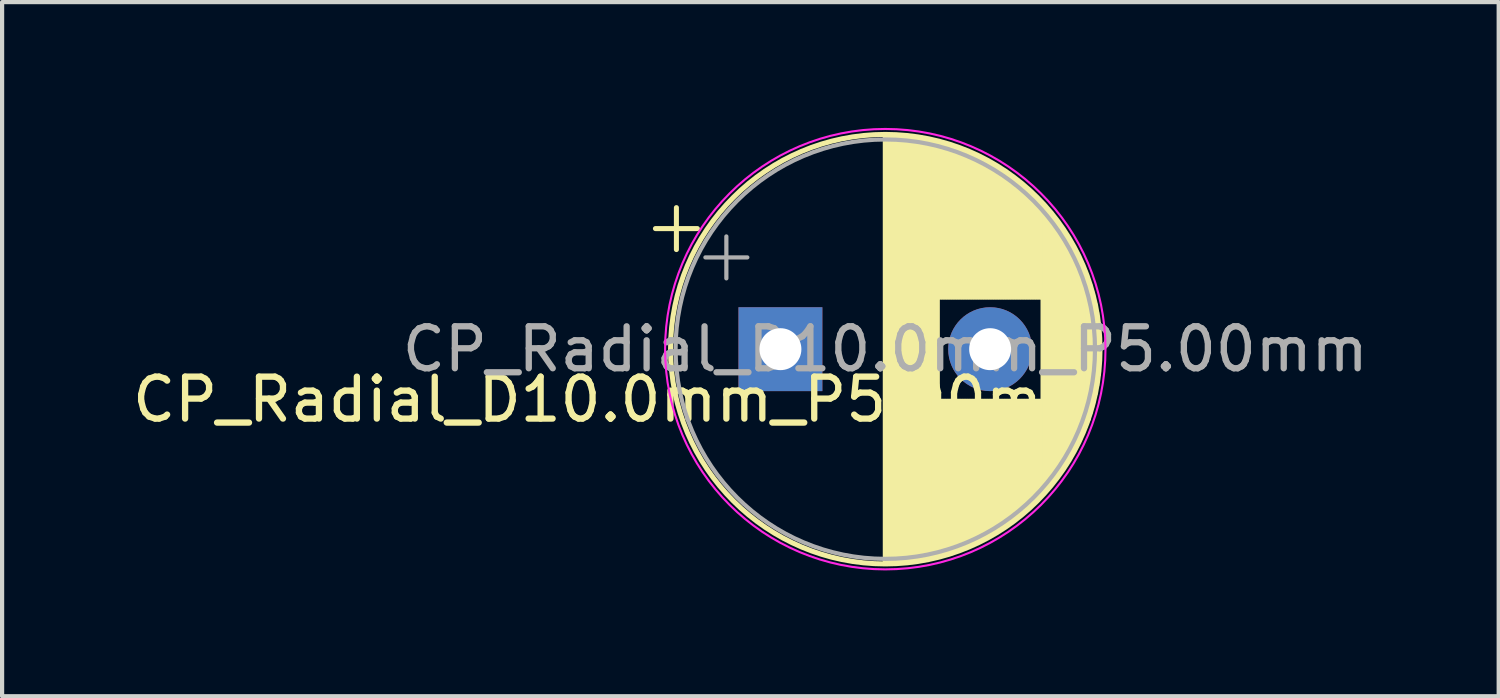
<source format=kicad_pcb>
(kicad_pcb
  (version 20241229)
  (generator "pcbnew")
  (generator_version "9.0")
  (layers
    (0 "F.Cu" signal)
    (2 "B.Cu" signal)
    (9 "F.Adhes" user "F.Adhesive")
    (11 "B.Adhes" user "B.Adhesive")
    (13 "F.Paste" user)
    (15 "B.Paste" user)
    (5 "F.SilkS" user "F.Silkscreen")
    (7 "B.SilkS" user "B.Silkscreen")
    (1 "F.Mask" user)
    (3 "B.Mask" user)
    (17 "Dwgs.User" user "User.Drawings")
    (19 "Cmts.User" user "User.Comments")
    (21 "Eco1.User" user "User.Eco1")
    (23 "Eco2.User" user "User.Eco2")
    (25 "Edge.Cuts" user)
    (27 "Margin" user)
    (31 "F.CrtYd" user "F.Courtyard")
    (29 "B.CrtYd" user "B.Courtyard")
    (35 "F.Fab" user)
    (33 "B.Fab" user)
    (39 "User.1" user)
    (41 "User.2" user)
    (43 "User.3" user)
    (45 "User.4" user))
  (footprint "CP_Radial_D10.0mm_P5.00mm"
    (layer "F.Cu")
    (at 15.557 5.275)
    (property "Reference" "CP_Radial_D10.0mm_P5.00mm" (at -3.932 1.2 180) (layer "F.SilkS") (effects (font (size 1 1) (thickness 0.15))))
    (attr through_hole)
    (fp_line (start -2.98 -2.875) (end -1.98 -2.875) (stroke (width 0.12) (type solid)) (layer "F.SilkS"))
    (fp_line (start -2.48 -3.375) (end -2.48 -2.375) (stroke (width 0.12) (type solid)) (layer "F.SilkS"))
    (fp_line (start 2.5 -5.08) (end 2.5 5.08) (stroke (width 0.12) (type solid)) (layer "F.SilkS"))
    (fp_line (start 2.54 -5.08) (end 2.54 5.08) (stroke (width 0.12) (type solid)) (layer "F.SilkS"))
    (fp_line (start 2.58 -5.08) (end 2.58 5.08) (stroke (width 0.12) (type solid)) (layer "F.SilkS"))
    (fp_line (start 2.62 -5.079) (end 2.62 5.079) (stroke (width 0.12) (type solid)) (layer "F.SilkS"))
    (fp_line (start 2.66 -5.078) (end 2.66 5.078) (stroke (width 0.12) (type solid)) (layer "F.SilkS"))
    (fp_line (start 2.7 -5.077) (end 2.7 5.077) (stroke (width 0.12) (type solid)) (layer "F.SilkS"))
    (fp_line (start 2.74 -5.075) (end 2.74 5.075) (stroke (width 0.12) (type solid)) (layer "F.SilkS"))
    (fp_line (start 2.78 -5.073) (end 2.78 5.073) (stroke (width 0.12) (type solid)) (layer "F.SilkS"))
    (fp_line (start 2.82 -5.07) (end 2.82 5.07) (stroke (width 0.12) (type solid)) (layer "F.SilkS"))
    (fp_line (start 2.86 -5.068) (end 2.86 5.068) (stroke (width 0.12) (type solid)) (layer "F.SilkS"))
    (fp_line (start 2.9 -5.065) (end 2.9 5.065) (stroke (width 0.12) (type solid)) (layer "F.SilkS"))
    (fp_line (start 2.94 -5.062) (end 2.94 5.062) (stroke (width 0.12) (type solid)) (layer "F.SilkS"))
    (fp_line (start 2.98 -5.058) (end 2.98 5.058) (stroke (width 0.12) (type solid)) (layer "F.SilkS"))
    (fp_line (start 3.02 -5.054) (end 3.02 5.054) (stroke (width 0.12) (type solid)) (layer "F.SilkS"))
    (fp_line (start 3.06 -5.05) (end 3.06 5.05) (stroke (width 0.12) (type solid)) (layer "F.SilkS"))
    (fp_line (start 3.1 -5.045) (end 3.1 5.045) (stroke (width 0.12) (type solid)) (layer "F.SilkS"))
    (fp_line (start 3.14 -5.04) (end 3.14 5.04) (stroke (width 0.12) (type solid)) (layer "F.SilkS"))
    (fp_line (start 3.18 -5.035) (end 3.18 5.035) (stroke (width 0.12) (type solid)) (layer "F.SilkS"))
    (fp_line (start 3.221 -5.03) (end 3.221 5.03) (stroke (width 0.12) (type solid)) (layer "F.SilkS"))
    (fp_line (start 3.261 -5.024) (end 3.261 5.024) (stroke (width 0.12) (type solid)) (layer "F.SilkS"))
    (fp_line (start 3.301 -5.018) (end 3.301 5.018) (stroke (width 0.12) (type solid)) (layer "F.SilkS"))
    (fp_line (start 3.341 -5.011) (end 3.341 5.011) (stroke (width 0.12) (type solid)) (layer "F.SilkS"))
    (fp_line (start 3.381 -5.004) (end 3.381 5.004) (stroke (width 0.12) (type solid)) (layer "F.SilkS"))
    (fp_line (start 3.421 -4.997) (end 3.421 4.997) (stroke (width 0.12) (type solid)) (layer "F.SilkS"))
    (fp_line (start 3.461 -4.99) (end 3.461 4.99) (stroke (width 0.12) (type solid)) (layer "F.SilkS"))
    (fp_line (start 3.501 -4.982) (end 3.501 4.982) (stroke (width 0.12) (type solid)) (layer "F.SilkS"))
    (fp_line (start 3.541 -4.974) (end 3.541 4.974) (stroke (width 0.12) (type solid)) (layer "F.SilkS"))
    (fp_line (start 3.581 -4.965) (end 3.581 4.965) (stroke (width 0.12) (type solid)) (layer "F.SilkS"))
    (fp_line (start 3.621 -4.956) (end 3.621 4.956) (stroke (width 0.12) (type solid)) (layer "F.SilkS"))
    (fp_line (start 3.661 -4.947) (end 3.661 4.947) (stroke (width 0.12) (type solid)) (layer "F.SilkS"))
    (fp_line (start 3.701 -4.938) (end 3.701 4.938) (stroke (width 0.12) (type solid)) (layer "F.SilkS"))
    (fp_line (start 3.741 -4.928) (end 3.741 4.928) (stroke (width 0.12) (type solid)) (layer "F.SilkS"))
    (fp_line (start 3.781 -4.918) (end 3.781 -1.241) (stroke (width 0.12) (type solid)) (layer "F.SilkS"))
    (fp_line (start 3.781 1.241) (end 3.781 4.918) (stroke (width 0.12) (type solid)) (layer "F.SilkS"))
    (fp_line (start 3.821 -4.907) (end 3.821 -1.241) (stroke (width 0.12) (type solid)) (layer "F.SilkS"))
    (fp_line (start 3.821 1.241) (end 3.821 4.907) (stroke (width 0.12) (type solid)) (layer "F.SilkS"))
    (fp_line (start 3.861 -4.897) (end 3.861 -1.241) (stroke (width 0.12) (type solid)) (layer "F.SilkS"))
    (fp_line (start 3.861 1.241) (end 3.861 4.897) (stroke (width 0.12) (type solid)) (layer "F.SilkS"))
    (fp_line (start 3.901 -4.885) (end 3.901 -1.241) (stroke (width 0.12) (type solid)) (layer "F.SilkS"))
    (fp_line (start 3.901 1.241) (end 3.901 4.885) (stroke (width 0.12) (type solid)) (layer "F.SilkS"))
    (fp_line (start 3.941 -4.874) (end 3.941 -1.241) (stroke (width 0.12) (type solid)) (layer "F.SilkS"))
    (fp_line (start 3.941 1.241) (end 3.941 4.874) (stroke (width 0.12) (type solid)) (layer "F.SilkS"))
    (fp_line (start 3.981 -4.862) (end 3.981 -1.241) (stroke (width 0.12) (type solid)) (layer "F.SilkS"))
    (fp_line (start 3.981 1.241) (end 3.981 4.862) (stroke (width 0.12) (type solid)) (layer "F.SilkS"))
    (fp_line (start 4.021 -4.85) (end 4.021 -1.241) (stroke (width 0.12) (type solid)) (layer "F.SilkS"))
    (fp_line (start 4.021 1.241) (end 4.021 4.85) (stroke (width 0.12) (type solid)) (layer "F.SilkS"))
    (fp_line (start 4.061 -4.837) (end 4.061 -1.241) (stroke (width 0.12) (type solid)) (layer "F.SilkS"))
    (fp_line (start 4.061 1.241) (end 4.061 4.837) (stroke (width 0.12) (type solid)) (layer "F.SilkS"))
    (fp_line (start 4.101 -4.824) (end 4.101 -1.241) (stroke (width 0.12) (type solid)) (layer "F.SilkS"))
    (fp_line (start 4.101 1.241) (end 4.101 4.824) (stroke (width 0.12) (type solid)) (layer "F.SilkS"))
    (fp_line (start 4.141 -4.811) (end 4.141 -1.241) (stroke (width 0.12) (type solid)) (layer "F.SilkS"))
    (fp_line (start 4.141 1.241) (end 4.141 4.811) (stroke (width 0.12) (type solid)) (layer "F.SilkS"))
    (fp_line (start 4.181 -4.797) (end 4.181 -1.241) (stroke (width 0.12) (type solid)) (layer "F.SilkS"))
    (fp_line (start 4.181 1.241) (end 4.181 4.797) (stroke (width 0.12) (type solid)) (layer "F.SilkS"))
    (fp_line (start 4.221 -4.783) (end 4.221 -1.241) (stroke (width 0.12) (type solid)) (layer "F.SilkS"))
    (fp_line (start 4.221 1.241) (end 4.221 4.783) (stroke (width 0.12) (type solid)) (layer "F.SilkS"))
    (fp_line (start 4.261 -4.768) (end 4.261 -1.241) (stroke (width 0.12) (type solid)) (layer "F.SilkS"))
    (fp_line (start 4.261 1.241) (end 4.261 4.768) (stroke (width 0.12) (type solid)) (layer "F.SilkS"))
    (fp_line (start 4.301 -4.754) (end 4.301 -1.241) (stroke (width 0.12) (type solid)) (layer "F.SilkS"))
    (fp_line (start 4.301 1.241) (end 4.301 4.754) (stroke (width 0.12) (type solid)) (layer "F.SilkS"))
    (fp_line (start 4.341 -4.738) (end 4.341 -1.241) (stroke (width 0.12) (type solid)) (layer "F.SilkS"))
    (fp_line (start 4.341 1.241) (end 4.341 4.738) (stroke (width 0.12) (type solid)) (layer "F.SilkS"))
    (fp_line (start 4.381 -4.723) (end 4.381 -1.241) (stroke (width 0.12) (type solid)) (layer "F.SilkS"))
    (fp_line (start 4.381 1.241) (end 4.381 4.723) (stroke (width 0.12) (type solid)) (layer "F.SilkS"))
    (fp_line (start 4.421 -4.707) (end 4.421 -1.241) (stroke (width 0.12) (type solid)) (layer "F.SilkS"))
    (fp_line (start 4.421 1.241) (end 4.421 4.707) (stroke (width 0.12) (type solid)) (layer "F.SilkS"))
    (fp_line (start 4.461 -4.69) (end 4.461 -1.241) (stroke (width 0.12) (type solid)) (layer "F.SilkS"))
    (fp_line (start 4.461 1.241) (end 4.461 4.69) (stroke (width 0.12) (type solid)) (layer "F.SilkS"))
    (fp_line (start 4.501 -4.674) (end 4.501 -1.241) (stroke (width 0.12) (type solid)) (layer "F.SilkS"))
    (fp_line (start 4.501 1.241) (end 4.501 4.674) (stroke (width 0.12) (type solid)) (layer "F.SilkS"))
    (fp_line (start 4.541 -4.657) (end 4.541 -1.241) (stroke (width 0.12) (type solid)) (layer "F.SilkS"))
    (fp_line (start 4.541 1.241) (end 4.541 4.657) (stroke (width 0.12) (type solid)) (layer "F.SilkS"))
    (fp_line (start 4.581 -4.639) (end 4.581 -1.241) (stroke (width 0.12) (type solid)) (layer "F.SilkS"))
    (fp_line (start 4.581 1.241) (end 4.581 4.639) (stroke (width 0.12) (type solid)) (layer "F.SilkS"))
    (fp_line (start 4.621 -4.621) (end 4.621 -1.241) (stroke (width 0.12) (type solid)) (layer "F.SilkS"))
    (fp_line (start 4.621 1.241) (end 4.621 4.621) (stroke (width 0.12) (type solid)) (layer "F.SilkS"))
    (fp_line (start 4.661 -4.603) (end 4.661 -1.241) (stroke (width 0.12) (type solid)) (layer "F.SilkS"))
    (fp_line (start 4.661 1.241) (end 4.661 4.603) (stroke (width 0.12) (type solid)) (layer "F.SilkS"))
    (fp_line (start 4.701 -4.584) (end 4.701 -1.241) (stroke (width 0.12) (type solid)) (layer "F.SilkS"))
    (fp_line (start 4.701 1.241) (end 4.701 4.584) (stroke (width 0.12) (type solid)) (layer "F.SilkS"))
    (fp_line (start 4.741 -4.564) (end 4.741 -1.241) (stroke (width 0.12) (type solid)) (layer "F.SilkS"))
    (fp_line (start 4.741 1.241) (end 4.741 4.564) (stroke (width 0.12) (type solid)) (layer "F.SilkS"))
    (fp_line (start 4.781 -4.545) (end 4.781 -1.241) (stroke (width 0.12) (type solid)) (layer "F.SilkS"))
    (fp_line (start 4.781 1.241) (end 4.781 4.545) (stroke (width 0.12) (type solid)) (layer "F.SilkS"))
    (fp_line (start 4.821 -4.525) (end 4.821 -1.241) (stroke (width 0.12) (type solid)) (layer "F.SilkS"))
    (fp_line (start 4.821 1.241) (end 4.821 4.525) (stroke (width 0.12) (type solid)) (layer "F.SilkS"))
    (fp_line (start 4.861 -4.504) (end 4.861 -1.241) (stroke (width 0.12) (type solid)) (layer "F.SilkS"))
    (fp_line (start 4.861 1.241) (end 4.861 4.504) (stroke (width 0.12) (type solid)) (layer "F.SilkS"))
    (fp_line (start 4.901 -4.483) (end 4.901 -1.241) (stroke (width 0.12) (type solid)) (layer "F.SilkS"))
    (fp_line (start 4.901 1.241) (end 4.901 4.483) (stroke (width 0.12) (type solid)) (layer "F.SilkS"))
    (fp_line (start 4.941 -4.462) (end 4.941 -1.241) (stroke (width 0.12) (type solid)) (layer "F.SilkS"))
    (fp_line (start 4.941 1.241) (end 4.941 4.462) (stroke (width 0.12) (type solid)) (layer "F.SilkS"))
    (fp_line (start 4.981 -4.44) (end 4.981 -1.241) (stroke (width 0.12) (type solid)) (layer "F.SilkS"))
    (fp_line (start 4.981 1.241) (end 4.981 4.44) (stroke (width 0.12) (type solid)) (layer "F.SilkS"))
    (fp_line (start 5.021 -4.417) (end 5.021 -1.241) (stroke (width 0.12) (type solid)) (layer "F.SilkS"))
    (fp_line (start 5.021 1.241) (end 5.021 4.417) (stroke (width 0.12) (type solid)) (layer "F.SilkS"))
    (fp_line (start 5.061 -4.395) (end 5.061 -1.241) (stroke (width 0.12) (type solid)) (layer "F.SilkS"))
    (fp_line (start 5.061 1.241) (end 5.061 4.395) (stroke (width 0.12) (type solid)) (layer "F.SilkS"))
    (fp_line (start 5.101 -4.371) (end 5.101 -1.241) (stroke (width 0.12) (type solid)) (layer "F.SilkS"))
    (fp_line (start 5.101 1.241) (end 5.101 4.371) (stroke (width 0.12) (type solid)) (layer "F.SilkS"))
    (fp_line (start 5.141 -4.347) (end 5.141 -1.241) (stroke (width 0.12) (type solid)) (layer "F.SilkS"))
    (fp_line (start 5.141 1.241) (end 5.141 4.347) (stroke (width 0.12) (type solid)) (layer "F.SilkS"))
    (fp_line (start 5.181 -4.323) (end 5.181 -1.241) (stroke (width 0.12) (type solid)) (layer "F.SilkS"))
    (fp_line (start 5.181 1.241) (end 5.181 4.323) (stroke (width 0.12) (type solid)) (layer "F.SilkS"))
    (fp_line (start 5.221 -4.298) (end 5.221 -1.241) (stroke (width 0.12) (type solid)) (layer "F.SilkS"))
    (fp_line (start 5.221 1.241) (end 5.221 4.298) (stroke (width 0.12) (type solid)) (layer "F.SilkS"))
    (fp_line (start 5.261 -4.273) (end 5.261 -1.241) (stroke (width 0.12) (type solid)) (layer "F.SilkS"))
    (fp_line (start 5.261 1.241) (end 5.261 4.273) (stroke (width 0.12) (type solid)) (layer "F.SilkS"))
    (fp_line (start 5.301 -4.247) (end 5.301 -1.241) (stroke (width 0.12) (type solid)) (layer "F.SilkS"))
    (fp_line (start 5.301 1.241) (end 5.301 4.247) (stroke (width 0.12) (type solid)) (layer "F.SilkS"))
    (fp_line (start 5.341 -4.221) (end 5.341 -1.241) (stroke (width 0.12) (type solid)) (layer "F.SilkS"))
    (fp_line (start 5.341 1.241) (end 5.341 4.221) (stroke (width 0.12) (type solid)) (layer "F.SilkS"))
    (fp_line (start 5.381 -4.194) (end 5.381 -1.241) (stroke (width 0.12) (type solid)) (layer "F.SilkS"))
    (fp_line (start 5.381 1.241) (end 5.381 4.194) (stroke (width 0.12) (type solid)) (layer "F.SilkS"))
    (fp_line (start 5.421 -4.166) (end 5.421 -1.241) (stroke (width 0.12) (type solid)) (layer "F.SilkS"))
    (fp_line (start 5.421 1.241) (end 5.421 4.166) (stroke (width 0.12) (type solid)) (layer "F.SilkS"))
    (fp_line (start 5.461 -4.138) (end 5.461 -1.241) (stroke (width 0.12) (type solid)) (layer "F.SilkS"))
    (fp_line (start 5.461 1.241) (end 5.461 4.138) (stroke (width 0.12) (type solid)) (layer "F.SilkS"))
    (fp_line (start 5.501 -4.11) (end 5.501 -1.241) (stroke (width 0.12) (type solid)) (layer "F.SilkS"))
    (fp_line (start 5.501 1.241) (end 5.501 4.11) (stroke (width 0.12) (type solid)) (layer "F.SilkS"))
    (fp_line (start 5.541 -4.08) (end 5.541 -1.241) (stroke (width 0.12) (type solid)) (layer "F.SilkS"))
    (fp_line (start 5.541 1.241) (end 5.541 4.08) (stroke (width 0.12) (type solid)) (layer "F.SilkS"))
    (fp_line (start 5.581 -4.05) (end 5.581 -1.241) (stroke (width 0.12) (type solid)) (layer "F.SilkS"))
    (fp_line (start 5.581 1.241) (end 5.581 4.05) (stroke (width 0.12) (type solid)) (layer "F.SilkS"))
    (fp_line (start 5.621 -4.02) (end 5.621 -1.241) (stroke (width 0.12) (type solid)) (layer "F.SilkS"))
    (fp_line (start 5.621 1.241) (end 5.621 4.02) (stroke (width 0.12) (type solid)) (layer "F.SilkS"))
    (fp_line (start 5.661 -3.989) (end 5.661 -1.241) (stroke (width 0.12) (type solid)) (layer "F.SilkS"))
    (fp_line (start 5.661 1.241) (end 5.661 3.989) (stroke (width 0.12) (type solid)) (layer "F.SilkS"))
    (fp_line (start 5.701 -3.957) (end 5.701 -1.241) (stroke (width 0.12) (type solid)) (layer "F.SilkS"))
    (fp_line (start 5.701 1.241) (end 5.701 3.957) (stroke (width 0.12) (type solid)) (layer "F.SilkS"))
    (fp_line (start 5.741 -3.925) (end 5.741 -1.241) (stroke (width 0.12) (type solid)) (layer "F.SilkS"))
    (fp_line (start 5.741 1.241) (end 5.741 3.925) (stroke (width 0.12) (type solid)) (layer "F.SilkS"))
    (fp_line (start 5.781 -3.892) (end 5.781 -1.241) (stroke (width 0.12) (type solid)) (layer "F.SilkS"))
    (fp_line (start 5.781 1.241) (end 5.781 3.892) (stroke (width 0.12) (type solid)) (layer "F.SilkS"))
    (fp_line (start 5.821 -3.858) (end 5.821 -1.241) (stroke (width 0.12) (type solid)) (layer "F.SilkS"))
    (fp_line (start 5.821 1.241) (end 5.821 3.858) (stroke (width 0.12) (type solid)) (layer "F.SilkS"))
    (fp_line (start 5.861 -3.824) (end 5.861 -1.241) (stroke (width 0.12) (type solid)) (layer "F.SilkS"))
    (fp_line (start 5.861 1.241) (end 5.861 3.824) (stroke (width 0.12) (type solid)) (layer "F.SilkS"))
    (fp_line (start 5.901 -3.789) (end 5.901 -1.241) (stroke (width 0.12) (type solid)) (layer "F.SilkS"))
    (fp_line (start 5.901 1.241) (end 5.901 3.789) (stroke (width 0.12) (type solid)) (layer "F.SilkS"))
    (fp_line (start 5.941 -3.753) (end 5.941 -1.241) (stroke (width 0.12) (type solid)) (layer "F.SilkS"))
    (fp_line (start 5.941 1.241) (end 5.941 3.753) (stroke (width 0.12) (type solid)) (layer "F.SilkS"))
    (fp_line (start 5.981 -3.716) (end 5.981 -1.241) (stroke (width 0.12) (type solid)) (layer "F.SilkS"))
    (fp_line (start 5.981 1.241) (end 5.981 3.716) (stroke (width 0.12) (type solid)) (layer "F.SilkS"))
    (fp_line (start 6.021 -3.679) (end 6.021 -1.241) (stroke (width 0.12) (type solid)) (layer "F.SilkS"))
    (fp_line (start 6.021 1.241) (end 6.021 3.679) (stroke (width 0.12) (type solid)) (layer "F.SilkS"))
    (fp_line (start 6.061 -3.64) (end 6.061 -1.241) (stroke (width 0.12) (type solid)) (layer "F.SilkS"))
    (fp_line (start 6.061 1.241) (end 6.061 3.64) (stroke (width 0.12) (type solid)) (layer "F.SilkS"))
    (fp_line (start 6.101 -3.601) (end 6.101 -1.241) (stroke (width 0.12) (type solid)) (layer "F.SilkS"))
    (fp_line (start 6.101 1.241) (end 6.101 3.601) (stroke (width 0.12) (type solid)) (layer "F.SilkS"))
    (fp_line (start 6.141 -3.561) (end 6.141 -1.241) (stroke (width 0.12) (type solid)) (layer "F.SilkS"))
    (fp_line (start 6.141 1.241) (end 6.141 3.561) (stroke (width 0.12) (type solid)) (layer "F.SilkS"))
    (fp_line (start 6.181 -3.52) (end 6.181 -1.241) (stroke (width 0.12) (type solid)) (layer "F.SilkS"))
    (fp_line (start 6.181 1.241) (end 6.181 3.52) (stroke (width 0.12) (type solid)) (layer "F.SilkS"))
    (fp_line (start 6.221 -3.478) (end 6.221 -1.241) (stroke (width 0.12) (type solid)) (layer "F.SilkS"))
    (fp_line (start 6.221 1.241) (end 6.221 3.478) (stroke (width 0.12) (type solid)) (layer "F.SilkS"))
    (fp_line (start 6.261 -3.436) (end 6.261 3.436) (stroke (width 0.12) (type solid)) (layer "F.SilkS"))
    (fp_line (start 6.301 -3.392) (end 6.301 3.392) (stroke (width 0.12) (type solid)) (layer "F.SilkS"))
    (fp_line (start 6.341 -3.347) (end 6.341 3.347) (stroke (width 0.12) (type solid)) (layer "F.SilkS"))
    (fp_line (start 6.381 -3.301) (end 6.381 3.301) (stroke (width 0.12) (type solid)) (layer "F.SilkS"))
    (fp_line (start 6.421 -3.254) (end 6.421 3.254) (stroke (width 0.12) (type solid)) (layer "F.SilkS"))
    (fp_line (start 6.461 -3.206) (end 6.461 3.206) (stroke (width 0.12) (type solid)) (layer "F.SilkS"))
    (fp_line (start 6.501 -3.156) (end 6.501 3.156) (stroke (width 0.12) (type solid)) (layer "F.SilkS"))
    (fp_line (start 6.541 -3.106) (end 6.541 3.106) (stroke (width 0.12) (type solid)) (layer "F.SilkS"))
    (fp_line (start 6.581 -3.054) (end 6.581 3.054) (stroke (width 0.12) (type solid)) (layer "F.SilkS"))
    (fp_line (start 6.621 -3) (end 6.621 3) (stroke (width 0.12) (type solid)) (layer "F.SilkS"))
    (fp_line (start 6.661 -2.945) (end 6.661 2.945) (stroke (width 0.12) (type solid)) (layer "F.SilkS"))
    (fp_line (start 6.701 -2.889) (end 6.701 2.889) (stroke (width 0.12) (type solid)) (layer "F.SilkS"))
    (fp_line (start 6.741 -2.83) (end 6.741 2.83) (stroke (width 0.12) (type solid)) (layer "F.SilkS"))
    (fp_line (start 6.781 -2.77) (end 6.781 2.77) (stroke (width 0.12) (type solid)) (layer "F.SilkS"))
    (fp_line (start 6.821 -2.709) (end 6.821 2.709) (stroke (width 0.12) (type solid)) (layer "F.SilkS"))
    (fp_line (start 6.861 -2.645) (end 6.861 2.645) (stroke (width 0.12) (type solid)) (layer "F.SilkS"))
    (fp_line (start 6.901 -2.579) (end 6.901 2.579) (stroke (width 0.12) (type solid)) (layer "F.SilkS"))
    (fp_line (start 6.941 -2.51) (end 6.941 2.51) (stroke (width 0.12) (type solid)) (layer "F.SilkS"))
    (fp_line (start 6.981 -2.439) (end 6.981 2.439) (stroke (width 0.12) (type solid)) (layer "F.SilkS"))
    (fp_line (start 7.021 -2.365) (end 7.021 2.365) (stroke (width 0.12) (type solid)) (layer "F.SilkS"))
    (fp_line (start 7.061 -2.289) (end 7.061 2.289) (stroke (width 0.12) (type solid)) (layer "F.SilkS"))
    (fp_line (start 7.101 -2.209) (end 7.101 2.209) (stroke (width 0.12) (type solid)) (layer "F.SilkS"))
    (fp_line (start 7.141 -2.125) (end 7.141 2.125) (stroke (width 0.12) (type solid)) (layer "F.SilkS"))
    (fp_line (start 7.181 -2.037) (end 7.181 2.037) (stroke (width 0.12) (type solid)) (layer "F.SilkS"))
    (fp_line (start 7.221 -1.944) (end 7.221 1.944) (stroke (width 0.12) (type solid)) (layer "F.SilkS"))
    (fp_line (start 7.261 -1.846) (end 7.261 1.846) (stroke (width 0.12) (type solid)) (layer "F.SilkS"))
    (fp_line (start 7.301 -1.742) (end 7.301 1.742) (stroke (width 0.12) (type solid)) (layer "F.SilkS"))
    (fp_line (start 7.341 -1.63) (end 7.341 1.63) (stroke (width 0.12) (type solid)) (layer "F.SilkS"))
    (fp_line (start 7.381 -1.51) (end 7.381 1.51) (stroke (width 0.12) (type solid)) (layer "F.SilkS"))
    (fp_line (start 7.421 -1.378) (end 7.421 1.378) (stroke (width 0.12) (type solid)) (layer "F.SilkS"))
    (fp_line (start 7.461 -1.23) (end 7.461 1.23) (stroke (width 0.12) (type solid)) (layer "F.SilkS"))
    (fp_line (start 7.501 -1.062) (end 7.501 1.062) (stroke (width 0.12) (type solid)) (layer "F.SilkS"))
    (fp_line (start 7.541 -0.862) (end 7.541 0.862) (stroke (width 0.12) (type solid)) (layer "F.SilkS"))
    (fp_line (start 7.581 -0.599) (end 7.581 0.599) (stroke (width 0.12) (type solid)) (layer "F.SilkS"))
    (fp_circle (center 2.5 0) (end 7.62 0) (stroke (width 0.12) (type solid)) (fill no) (layer "F.SilkS"))
    (fp_circle (center 2.5 0) (end 7.75 0) (stroke (width 0.05) (type solid)) (fill no) (layer "F.CrtYd"))
    (fp_line (start -1.789 -2.188) (end -0.789 -2.188) (stroke (width 0.1) (type solid)) (layer "F.Fab"))
    (fp_line (start -1.289 -2.688) (end -1.289 -1.688) (stroke (width 0.1) (type solid)) (layer "F.Fab"))
    (fp_circle (center 2.5 0) (end 7.5 0) (stroke (width 0.1) (type solid)) (fill no) (layer "F.Fab"))
    (fp_text user "${REFERENCE}" (at 2.5 0 180) (layer "F.Fab") (effects (font (size 1 1) (thickness 0.15))))
    (pad "1" thru_hole rect (at 0 0) (size 2 2) (drill 1) (layers "*.Cu" "*.Mask"))
    (pad "2" thru_hole circle (at 5 0) (size 2 2) (drill 1) (layers "*.Cu" "*.Mask")))
  (gr_rect
    (start -3 -3)
    (end 32.682 13.55)
    (stroke (width 0.1) (type default))
    (fill no)
    (layer "Edge.Cuts")))
</source>
